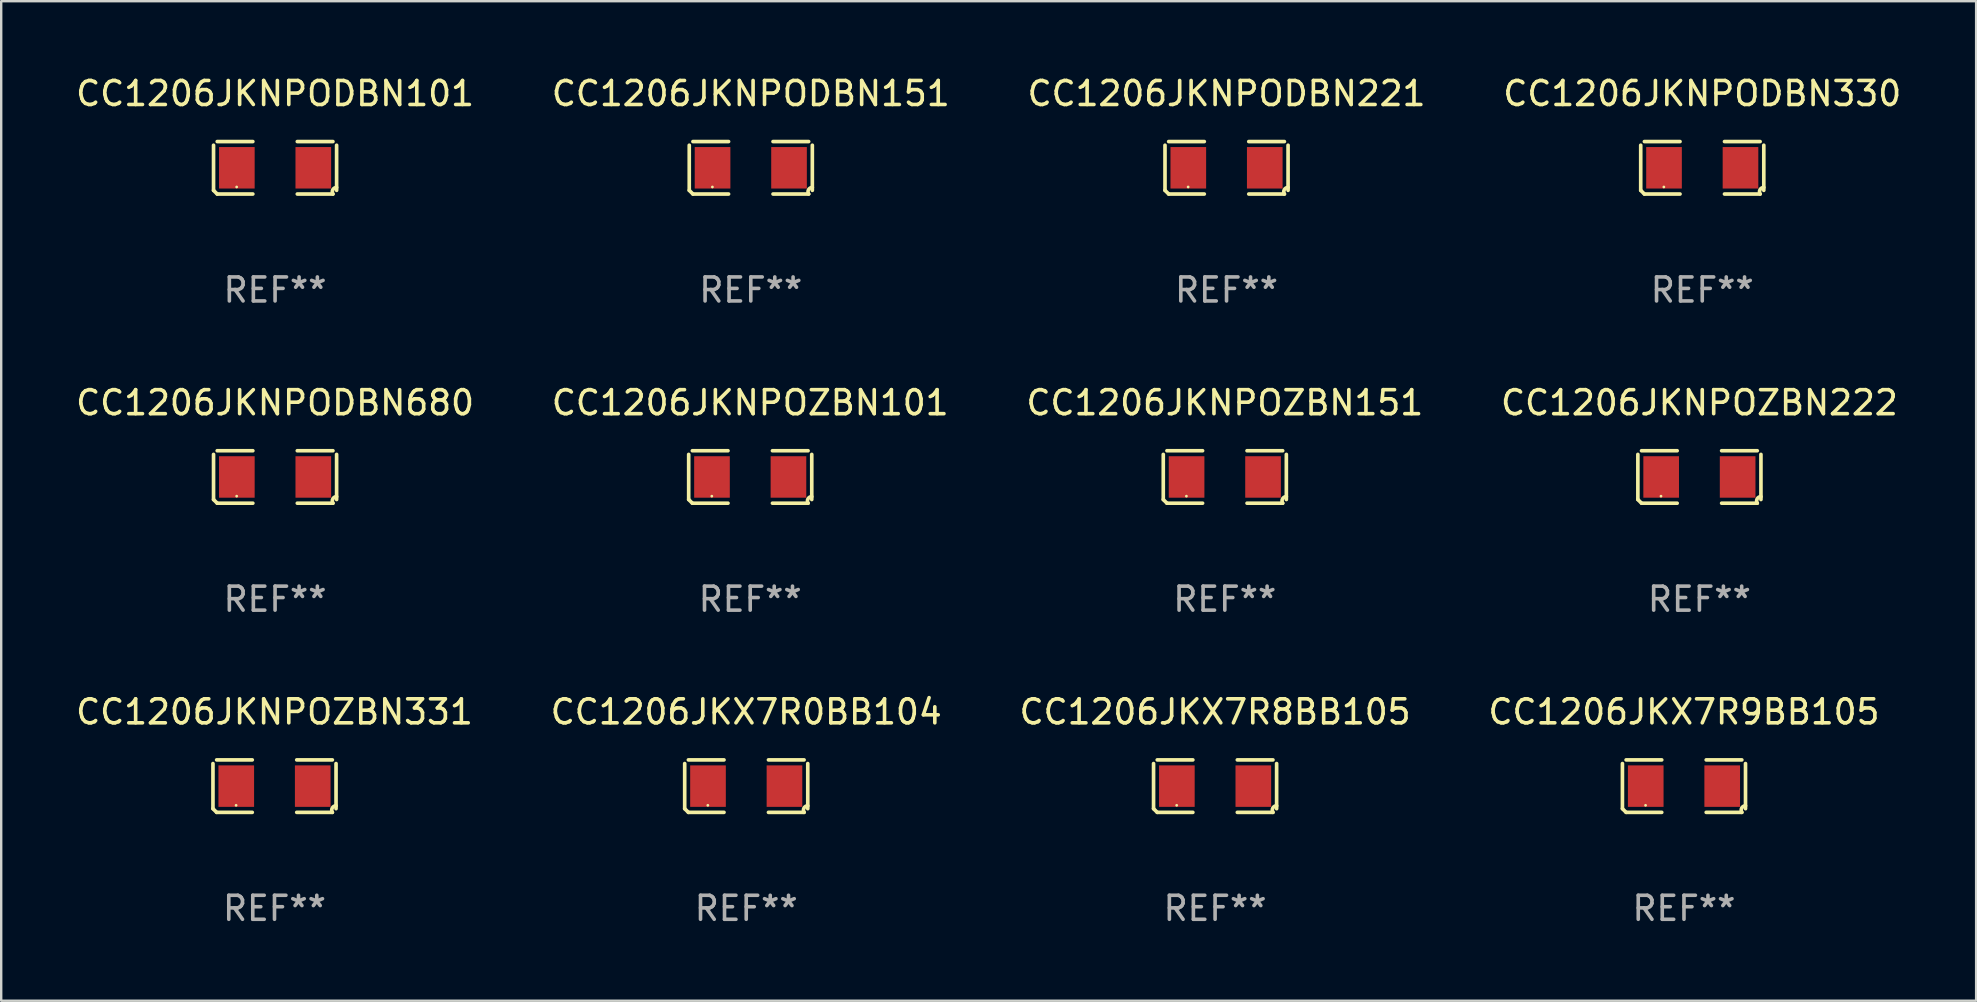
<source format=kicad_pcb>
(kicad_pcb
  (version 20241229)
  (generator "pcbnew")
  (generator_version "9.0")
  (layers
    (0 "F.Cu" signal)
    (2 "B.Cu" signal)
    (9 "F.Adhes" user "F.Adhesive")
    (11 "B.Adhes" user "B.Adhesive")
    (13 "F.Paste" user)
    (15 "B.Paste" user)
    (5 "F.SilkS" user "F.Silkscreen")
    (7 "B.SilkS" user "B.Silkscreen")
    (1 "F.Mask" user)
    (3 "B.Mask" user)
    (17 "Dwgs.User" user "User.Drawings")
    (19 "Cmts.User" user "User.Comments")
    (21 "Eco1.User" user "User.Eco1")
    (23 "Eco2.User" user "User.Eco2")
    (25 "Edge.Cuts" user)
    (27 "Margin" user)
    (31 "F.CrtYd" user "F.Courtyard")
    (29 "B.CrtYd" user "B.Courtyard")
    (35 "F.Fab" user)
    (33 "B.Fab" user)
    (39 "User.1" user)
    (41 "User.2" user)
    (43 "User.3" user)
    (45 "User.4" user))
  (footprint "CC1206JKX7R9BB105"
    (layer "F.Cu")
    (at 67.113 29.704)
    (property "Reference" "CC1206JKX7R9BB105" (at 0 -3.093 0) (layer "F.SilkS") (effects (font (size 1 1) (thickness 0.15))))
    (attr through_hole)
    (fp_line (start -2.564 0.94) (end -2.564 -0.94) (stroke (width 0.152) (type solid)) (layer "F.SilkS"))
    (fp_line (start -2.411 -1.093) (end -0.926 -1.093) (stroke (width 0.152) (type solid)) (layer "F.SilkS"))
    (fp_line (start -0.926 1.093) (end -2.411 1.093) (stroke (width 0.152) (type solid)) (layer "F.SilkS"))
    (fp_line (start 0.926 1.093) (end 2.411 1.093) (stroke (width 0.152) (type solid)) (layer "F.SilkS"))
    (fp_line (start 2.411 -1.093) (end 0.926 -1.093) (stroke (width 0.152) (type solid)) (layer "F.SilkS"))
    (fp_line (start 2.564 0.94) (end 2.564 -0.94) (stroke (width 0.152) (type solid)) (layer "F.SilkS"))
    (fp_arc (start -2.411201 1.092609) (mid -2.487413 1.01642) (end -2.563602 0.940208) (stroke (width 0.1524) (type solid)) (layer "F.SilkS"))
    (fp_arc (start 2.411201 1.092609) (mid 2.407159 0.911226) (end 2.563602 0.819347) (stroke (width 0.1524) (type solid)) (layer "F.SilkS"))
    (fp_circle (center -1.6 0.8) (end -1.57 0.8) (stroke (width 0.06) (type solid)) (fill no) (layer "F.SilkS"))
    (fp_text user "REF**" (at 0 5.093 0) (layer "F.Fab") (effects (font (size 1 1) (thickness 0.15))))
    (pad "1" smd rect (at -1.593 0) (size 1.485 1.728) (layers "F.Cu" "F.Mask" "F.Paste"))
    (pad "2" smd rect (at 1.593 0) (size 1.485 1.728) (layers "F.Cu" "F.Mask" "F.Paste")))
  (footprint "CC1206JKNPODBN101"
    (layer "F.Cu")
    (at 8.411 3.941)
    (property "Reference" "CC1206JKNPODBN101" (at 0 -3.093 0) (layer "F.SilkS") (effects (font (size 1 1) (thickness 0.15))))
    (attr through_hole)
    (fp_line (start -2.564 0.94) (end -2.564 -0.94) (stroke (width 0.152) (type solid)) (layer "F.SilkS"))
    (fp_line (start -2.411 -1.093) (end -0.926 -1.093) (stroke (width 0.152) (type solid)) (layer "F.SilkS"))
    (fp_line (start -0.926 1.093) (end -2.411 1.093) (stroke (width 0.152) (type solid)) (layer "F.SilkS"))
    (fp_line (start 0.926 1.093) (end 2.411 1.093) (stroke (width 0.152) (type solid)) (layer "F.SilkS"))
    (fp_line (start 2.411 -1.093) (end 0.926 -1.093) (stroke (width 0.152) (type solid)) (layer "F.SilkS"))
    (fp_line (start 2.564 0.94) (end 2.564 -0.94) (stroke (width 0.152) (type solid)) (layer "F.SilkS"))
    (fp_arc (start -2.411201 1.092609) (mid -2.487413 1.01642) (end -2.563602 0.940208) (stroke (width 0.1524) (type solid)) (layer "F.SilkS"))
    (fp_arc (start 2.411201 1.092609) (mid 2.407159 0.911226) (end 2.563602 0.819347) (stroke (width 0.1524) (type solid)) (layer "F.SilkS"))
    (fp_circle (center -1.6 0.8) (end -1.57 0.8) (stroke (width 0.06) (type solid)) (fill no) (layer "F.SilkS"))
    (fp_text user "REF**" (at 0 5.093 0) (layer "F.Fab") (effects (font (size 1 1) (thickness 0.15))))
    (pad "1" smd rect (at -1.593 0) (size 1.485 1.728) (layers "F.Cu" "F.Mask" "F.Paste"))
    (pad "2" smd rect (at 1.593 0) (size 1.485 1.728) (layers "F.Cu" "F.Mask" "F.Paste")))
  (footprint "CC1206JKNPOZBN331"
    (layer "F.Cu")
    (at 8.387 29.704)
    (property "Reference" "CC1206JKNPOZBN331" (at 0 -3.093 0) (layer "F.SilkS") (effects (font (size 1 1) (thickness 0.15))))
    (attr through_hole)
    (fp_line (start -2.564 0.94) (end -2.564 -0.94) (stroke (width 0.152) (type solid)) (layer "F.SilkS"))
    (fp_line (start -2.411 -1.093) (end -0.926 -1.093) (stroke (width 0.152) (type solid)) (layer "F.SilkS"))
    (fp_line (start -0.926 1.093) (end -2.411 1.093) (stroke (width 0.152) (type solid)) (layer "F.SilkS"))
    (fp_line (start 0.926 1.093) (end 2.411 1.093) (stroke (width 0.152) (type solid)) (layer "F.SilkS"))
    (fp_line (start 2.411 -1.093) (end 0.926 -1.093) (stroke (width 0.152) (type solid)) (layer "F.SilkS"))
    (fp_line (start 2.564 0.94) (end 2.564 -0.94) (stroke (width 0.152) (type solid)) (layer "F.SilkS"))
    (fp_arc (start -2.411201 1.092609) (mid -2.487413 1.01642) (end -2.563602 0.940208) (stroke (width 0.1524) (type solid)) (layer "F.SilkS"))
    (fp_arc (start 2.411201 1.092609) (mid 2.407159 0.911226) (end 2.563602 0.819347) (stroke (width 0.1524) (type solid)) (layer "F.SilkS"))
    (fp_circle (center -1.6 0.8) (end -1.57 0.8) (stroke (width 0.06) (type solid)) (fill no) (layer "F.SilkS"))
    (fp_text user "REF**" (at 0 5.093 0) (layer "F.Fab") (effects (font (size 1 1) (thickness 0.15))))
    (pad "1" smd rect (at -1.593 0) (size 1.485 1.728) (layers "F.Cu" "F.Mask" "F.Paste"))
    (pad "2" smd rect (at 1.593 0) (size 1.485 1.728) (layers "F.Cu" "F.Mask" "F.Paste")))
  (footprint "CC1206JKX7R8BB105"
    (layer "F.Cu")
    (at 47.577 29.704)
    (property "Reference" "CC1206JKX7R8BB105" (at 0 -3.093 0) (layer "F.SilkS") (effects (font (size 1 1) (thickness 0.15))))
    (attr through_hole)
    (fp_line (start -2.564 0.94) (end -2.564 -0.94) (stroke (width 0.152) (type solid)) (layer "F.SilkS"))
    (fp_line (start -2.411 -1.093) (end -0.926 -1.093) (stroke (width 0.152) (type solid)) (layer "F.SilkS"))
    (fp_line (start -0.926 1.093) (end -2.411 1.093) (stroke (width 0.152) (type solid)) (layer "F.SilkS"))
    (fp_line (start 0.926 1.093) (end 2.411 1.093) (stroke (width 0.152) (type solid)) (layer "F.SilkS"))
    (fp_line (start 2.411 -1.093) (end 0.926 -1.093) (stroke (width 0.152) (type solid)) (layer "F.SilkS"))
    (fp_line (start 2.564 0.94) (end 2.564 -0.94) (stroke (width 0.152) (type solid)) (layer "F.SilkS"))
    (fp_arc (start -2.411201 1.092609) (mid -2.487413 1.01642) (end -2.563602 0.940208) (stroke (width 0.1524) (type solid)) (layer "F.SilkS"))
    (fp_arc (start 2.411201 1.092609) (mid 2.407159 0.911226) (end 2.563602 0.819347) (stroke (width 0.1524) (type solid)) (layer "F.SilkS"))
    (fp_circle (center -1.6 0.8) (end -1.57 0.8) (stroke (width 0.06) (type solid)) (fill no) (layer "F.SilkS"))
    (fp_text user "REF**" (at 0 5.093 0) (layer "F.Fab") (effects (font (size 1 1) (thickness 0.15))))
    (pad "1" smd rect (at -1.593 0) (size 1.485 1.728) (layers "F.Cu" "F.Mask" "F.Paste"))
    (pad "2" smd rect (at 1.593 0) (size 1.485 1.728) (layers "F.Cu" "F.Mask" "F.Paste")))
  (footprint "CC1206JKX7R0BB104"
    (layer "F.Cu")
    (at 28.042 29.704)
    (property "Reference" "CC1206JKX7R0BB104" (at 0 -3.093 0) (layer "F.SilkS") (effects (font (size 1 1) (thickness 0.15))))
    (attr through_hole)
    (fp_line (start -2.564 0.94) (end -2.564 -0.94) (stroke (width 0.152) (type solid)) (layer "F.SilkS"))
    (fp_line (start -2.411 -1.093) (end -0.926 -1.093) (stroke (width 0.152) (type solid)) (layer "F.SilkS"))
    (fp_line (start -0.926 1.093) (end -2.411 1.093) (stroke (width 0.152) (type solid)) (layer "F.SilkS"))
    (fp_line (start 0.926 1.093) (end 2.411 1.093) (stroke (width 0.152) (type solid)) (layer "F.SilkS"))
    (fp_line (start 2.411 -1.093) (end 0.926 -1.093) (stroke (width 0.152) (type solid)) (layer "F.SilkS"))
    (fp_line (start 2.564 0.94) (end 2.564 -0.94) (stroke (width 0.152) (type solid)) (layer "F.SilkS"))
    (fp_arc (start -2.411201 1.092609) (mid -2.487413 1.01642) (end -2.563602 0.940208) (stroke (width 0.1524) (type solid)) (layer "F.SilkS"))
    (fp_arc (start 2.411201 1.092609) (mid 2.407159 0.911226) (end 2.563602 0.819347) (stroke (width 0.1524) (type solid)) (layer "F.SilkS"))
    (fp_circle (center -1.6 0.8) (end -1.57 0.8) (stroke (width 0.06) (type solid)) (fill no) (layer "F.SilkS"))
    (fp_text user "REF**" (at 0 5.093 0) (layer "F.Fab") (effects (font (size 1 1) (thickness 0.15))))
    (pad "1" smd rect (at -1.593 0) (size 1.485 1.728) (layers "F.Cu" "F.Mask" "F.Paste"))
    (pad "2" smd rect (at 1.593 0) (size 1.485 1.728) (layers "F.Cu" "F.Mask" "F.Paste")))
  (footprint "CC1206JKNPODBN151"
    (layer "F.Cu")
    (at 28.232 3.941)
    (property "Reference" "CC1206JKNPODBN151" (at 0 -3.093 0) (layer "F.SilkS") (effects (font (size 1 1) (thickness 0.15))))
    (attr through_hole)
    (fp_line (start -2.564 0.94) (end -2.564 -0.94) (stroke (width 0.152) (type solid)) (layer "F.SilkS"))
    (fp_line (start -2.411 -1.093) (end -0.926 -1.093) (stroke (width 0.152) (type solid)) (layer "F.SilkS"))
    (fp_line (start -0.926 1.093) (end -2.411 1.093) (stroke (width 0.152) (type solid)) (layer "F.SilkS"))
    (fp_line (start 0.926 1.093) (end 2.411 1.093) (stroke (width 0.152) (type solid)) (layer "F.SilkS"))
    (fp_line (start 2.411 -1.093) (end 0.926 -1.093) (stroke (width 0.152) (type solid)) (layer "F.SilkS"))
    (fp_line (start 2.564 0.94) (end 2.564 -0.94) (stroke (width 0.152) (type solid)) (layer "F.SilkS"))
    (fp_arc (start -2.411201 1.092609) (mid -2.487413 1.01642) (end -2.563602 0.940208) (stroke (width 0.1524) (type solid)) (layer "F.SilkS"))
    (fp_arc (start 2.411201 1.092609) (mid 2.407159 0.911226) (end 2.563602 0.819347) (stroke (width 0.1524) (type solid)) (layer "F.SilkS"))
    (fp_circle (center -1.6 0.8) (end -1.57 0.8) (stroke (width 0.06) (type solid)) (fill no) (layer "F.SilkS"))
    (fp_text user "REF**" (at 0 5.093 0) (layer "F.Fab") (effects (font (size 1 1) (thickness 0.15))))
    (pad "1" smd rect (at -1.593 0) (size 1.485 1.728) (layers "F.Cu" "F.Mask" "F.Paste"))
    (pad "2" smd rect (at 1.593 0) (size 1.485 1.728) (layers "F.Cu" "F.Mask" "F.Paste")))
  (footprint "CC1206JKNPODBN221"
    (layer "F.Cu")
    (at 48.054 3.941)
    (property "Reference" "CC1206JKNPODBN221" (at 0 -3.093 0) (layer "F.SilkS") (effects (font (size 1 1) (thickness 0.15))))
    (attr through_hole)
    (fp_line (start -2.564 0.94) (end -2.564 -0.94) (stroke (width 0.152) (type solid)) (layer "F.SilkS"))
    (fp_line (start -2.411 -1.093) (end -0.926 -1.093) (stroke (width 0.152) (type solid)) (layer "F.SilkS"))
    (fp_line (start -0.926 1.093) (end -2.411 1.093) (stroke (width 0.152) (type solid)) (layer "F.SilkS"))
    (fp_line (start 0.926 1.093) (end 2.411 1.093) (stroke (width 0.152) (type solid)) (layer "F.SilkS"))
    (fp_line (start 2.411 -1.093) (end 0.926 -1.093) (stroke (width 0.152) (type solid)) (layer "F.SilkS"))
    (fp_line (start 2.564 0.94) (end 2.564 -0.94) (stroke (width 0.152) (type solid)) (layer "F.SilkS"))
    (fp_arc (start -2.411201 1.092609) (mid -2.487413 1.01642) (end -2.563602 0.940208) (stroke (width 0.1524) (type solid)) (layer "F.SilkS"))
    (fp_arc (start 2.411201 1.092609) (mid 2.407159 0.911226) (end 2.563602 0.819347) (stroke (width 0.1524) (type solid)) (layer "F.SilkS"))
    (fp_circle (center -1.6 0.8) (end -1.57 0.8) (stroke (width 0.06) (type solid)) (fill no) (layer "F.SilkS"))
    (fp_text user "REF**" (at 0 5.093 0) (layer "F.Fab") (effects (font (size 1 1) (thickness 0.15))))
    (pad "1" smd rect (at -1.593 0) (size 1.485 1.728) (layers "F.Cu" "F.Mask" "F.Paste"))
    (pad "2" smd rect (at 1.593 0) (size 1.485 1.728) (layers "F.Cu" "F.Mask" "F.Paste")))
  (footprint "CC1206JKNPOZBN151"
    (layer "F.Cu")
    (at 47.982 16.823)
    (property "Reference" "CC1206JKNPOZBN151" (at 0 -3.093 0) (layer "F.SilkS") (effects (font (size 1 1) (thickness 0.15))))
    (attr through_hole)
    (fp_line (start -2.564 0.94) (end -2.564 -0.94) (stroke (width 0.152) (type solid)) (layer "F.SilkS"))
    (fp_line (start -2.411 -1.093) (end -0.926 -1.093) (stroke (width 0.152) (type solid)) (layer "F.SilkS"))
    (fp_line (start -0.926 1.093) (end -2.411 1.093) (stroke (width 0.152) (type solid)) (layer "F.SilkS"))
    (fp_line (start 0.926 1.093) (end 2.411 1.093) (stroke (width 0.152) (type solid)) (layer "F.SilkS"))
    (fp_line (start 2.411 -1.093) (end 0.926 -1.093) (stroke (width 0.152) (type solid)) (layer "F.SilkS"))
    (fp_line (start 2.564 0.94) (end 2.564 -0.94) (stroke (width 0.152) (type solid)) (layer "F.SilkS"))
    (fp_arc (start -2.411201 1.092609) (mid -2.487413 1.01642) (end -2.563602 0.940208) (stroke (width 0.1524) (type solid)) (layer "F.SilkS"))
    (fp_arc (start 2.411201 1.092609) (mid 2.407159 0.911226) (end 2.563602 0.819347) (stroke (width 0.1524) (type solid)) (layer "F.SilkS"))
    (fp_circle (center -1.6 0.8) (end -1.57 0.8) (stroke (width 0.06) (type solid)) (fill no) (layer "F.SilkS"))
    (fp_text user "REF**" (at 0 5.093 0) (layer "F.Fab") (effects (font (size 1 1) (thickness 0.15))))
    (pad "1" smd rect (at -1.593 0) (size 1.485 1.728) (layers "F.Cu" "F.Mask" "F.Paste"))
    (pad "2" smd rect (at 1.593 0) (size 1.485 1.728) (layers "F.Cu" "F.Mask" "F.Paste")))
  (footprint "CC1206JKNPODBN680"
    (layer "F.Cu")
    (at 8.411 16.823)
    (property "Reference" "CC1206JKNPODBN680" (at 0 -3.093 0) (layer "F.SilkS") (effects (font (size 1 1) (thickness 0.15))))
    (attr through_hole)
    (fp_line (start -2.564 0.94) (end -2.564 -0.94) (stroke (width 0.152) (type solid)) (layer "F.SilkS"))
    (fp_line (start -2.411 -1.093) (end -0.926 -1.093) (stroke (width 0.152) (type solid)) (layer "F.SilkS"))
    (fp_line (start -0.926 1.093) (end -2.411 1.093) (stroke (width 0.152) (type solid)) (layer "F.SilkS"))
    (fp_line (start 0.926 1.093) (end 2.411 1.093) (stroke (width 0.152) (type solid)) (layer "F.SilkS"))
    (fp_line (start 2.411 -1.093) (end 0.926 -1.093) (stroke (width 0.152) (type solid)) (layer "F.SilkS"))
    (fp_line (start 2.564 0.94) (end 2.564 -0.94) (stroke (width 0.152) (type solid)) (layer "F.SilkS"))
    (fp_arc (start -2.411201 1.092609) (mid -2.487413 1.01642) (end -2.563602 0.940208) (stroke (width 0.1524) (type solid)) (layer "F.SilkS"))
    (fp_arc (start 2.411201 1.092609) (mid 2.407159 0.911226) (end 2.563602 0.819347) (stroke (width 0.1524) (type solid)) (layer "F.SilkS"))
    (fp_circle (center -1.6 0.8) (end -1.57 0.8) (stroke (width 0.06) (type solid)) (fill no) (layer "F.SilkS"))
    (fp_text user "REF**" (at 0 5.093 0) (layer "F.Fab") (effects (font (size 1 1) (thickness 0.15))))
    (pad "1" smd rect (at -1.593 0) (size 1.485 1.728) (layers "F.Cu" "F.Mask" "F.Paste"))
    (pad "2" smd rect (at 1.593 0) (size 1.485 1.728) (layers "F.Cu" "F.Mask" "F.Paste")))
  (footprint "CC1206JKNPOZBN222"
    (layer "F.Cu")
    (at 67.756 16.823)
    (property "Reference" "CC1206JKNPOZBN222" (at 0 -3.093 0) (layer "F.SilkS") (effects (font (size 1 1) (thickness 0.15))))
    (attr through_hole)
    (fp_line (start -2.564 0.94) (end -2.564 -0.94) (stroke (width 0.152) (type solid)) (layer "F.SilkS"))
    (fp_line (start -2.411 -1.093) (end -0.926 -1.093) (stroke (width 0.152) (type solid)) (layer "F.SilkS"))
    (fp_line (start -0.926 1.093) (end -2.411 1.093) (stroke (width 0.152) (type solid)) (layer "F.SilkS"))
    (fp_line (start 0.926 1.093) (end 2.411 1.093) (stroke (width 0.152) (type solid)) (layer "F.SilkS"))
    (fp_line (start 2.411 -1.093) (end 0.926 -1.093) (stroke (width 0.152) (type solid)) (layer "F.SilkS"))
    (fp_line (start 2.564 0.94) (end 2.564 -0.94) (stroke (width 0.152) (type solid)) (layer "F.SilkS"))
    (fp_arc (start -2.411201 1.092609) (mid -2.487413 1.01642) (end -2.563602 0.940208) (stroke (width 0.1524) (type solid)) (layer "F.SilkS"))
    (fp_arc (start 2.411201 1.092609) (mid 2.407159 0.911226) (end 2.563602 0.819347) (stroke (width 0.1524) (type solid)) (layer "F.SilkS"))
    (fp_circle (center -1.6 0.8) (end -1.57 0.8) (stroke (width 0.06) (type solid)) (fill no) (layer "F.SilkS"))
    (fp_text user "REF**" (at 0 5.093 0) (layer "F.Fab") (effects (font (size 1 1) (thickness 0.15))))
    (pad "1" smd rect (at -1.593 0) (size 1.485 1.728) (layers "F.Cu" "F.Mask" "F.Paste"))
    (pad "2" smd rect (at 1.593 0) (size 1.485 1.728) (layers "F.Cu" "F.Mask" "F.Paste")))
  (footprint "CC1206JKNPOZBN101"
    (layer "F.Cu")
    (at 28.208 16.823)
    (property "Reference" "CC1206JKNPOZBN101" (at 0 -3.093 0) (layer "F.SilkS") (effects (font (size 1 1) (thickness 0.15))))
    (attr through_hole)
    (fp_line (start -2.564 0.94) (end -2.564 -0.94) (stroke (width 0.152) (type solid)) (layer "F.SilkS"))
    (fp_line (start -2.411 -1.093) (end -0.926 -1.093) (stroke (width 0.152) (type solid)) (layer "F.SilkS"))
    (fp_line (start -0.926 1.093) (end -2.411 1.093) (stroke (width 0.152) (type solid)) (layer "F.SilkS"))
    (fp_line (start 0.926 1.093) (end 2.411 1.093) (stroke (width 0.152) (type solid)) (layer "F.SilkS"))
    (fp_line (start 2.411 -1.093) (end 0.926 -1.093) (stroke (width 0.152) (type solid)) (layer "F.SilkS"))
    (fp_line (start 2.564 0.94) (end 2.564 -0.94) (stroke (width 0.152) (type solid)) (layer "F.SilkS"))
    (fp_arc (start -2.411201 1.092609) (mid -2.487413 1.01642) (end -2.563602 0.940208) (stroke (width 0.1524) (type solid)) (layer "F.SilkS"))
    (fp_arc (start 2.411201 1.092609) (mid 2.407159 0.911226) (end 2.563602 0.819347) (stroke (width 0.1524) (type solid)) (layer "F.SilkS"))
    (fp_circle (center -1.6 0.8) (end -1.57 0.8) (stroke (width 0.06) (type solid)) (fill no) (layer "F.SilkS"))
    (fp_text user "REF**" (at 0 5.093 0) (layer "F.Fab") (effects (font (size 1 1) (thickness 0.15))))
    (pad "1" smd rect (at -1.593 0) (size 1.485 1.728) (layers "F.Cu" "F.Mask" "F.Paste"))
    (pad "2" smd rect (at 1.593 0) (size 1.485 1.728) (layers "F.Cu" "F.Mask" "F.Paste")))
  (footprint "CC1206JKNPODBN330"
    (layer "F.Cu")
    (at 67.875 3.941)
    (property "Reference" "CC1206JKNPODBN330" (at 0 -3.093 0) (layer "F.SilkS") (effects (font (size 1 1) (thickness 0.15))))
    (attr through_hole)
    (fp_line (start -2.564 0.94) (end -2.564 -0.94) (stroke (width 0.152) (type solid)) (layer "F.SilkS"))
    (fp_line (start -2.411 -1.093) (end -0.926 -1.093) (stroke (width 0.152) (type solid)) (layer "F.SilkS"))
    (fp_line (start -0.926 1.093) (end -2.411 1.093) (stroke (width 0.152) (type solid)) (layer "F.SilkS"))
    (fp_line (start 0.926 1.093) (end 2.411 1.093) (stroke (width 0.152) (type solid)) (layer "F.SilkS"))
    (fp_line (start 2.411 -1.093) (end 0.926 -1.093) (stroke (width 0.152) (type solid)) (layer "F.SilkS"))
    (fp_line (start 2.564 0.94) (end 2.564 -0.94) (stroke (width 0.152) (type solid)) (layer "F.SilkS"))
    (fp_arc (start -2.411201 1.092609) (mid -2.487413 1.01642) (end -2.563602 0.940208) (stroke (width 0.1524) (type solid)) (layer "F.SilkS"))
    (fp_arc (start 2.411201 1.092609) (mid 2.407159 0.911226) (end 2.563602 0.819347) (stroke (width 0.1524) (type solid)) (layer "F.SilkS"))
    (fp_circle (center -1.6 0.8) (end -1.57 0.8) (stroke (width 0.06) (type solid)) (fill no) (layer "F.SilkS"))
    (fp_text user "REF**" (at 0 5.093 0) (layer "F.Fab") (effects (font (size 1 1) (thickness 0.15))))
    (pad "1" smd rect (at -1.593 0) (size 1.485 1.728) (layers "F.Cu" "F.Mask" "F.Paste"))
    (pad "2" smd rect (at 1.593 0) (size 1.485 1.728) (layers "F.Cu" "F.Mask" "F.Paste")))
  (gr_rect
    (start -3 -3)
    (end 79.286 38.645)
    (stroke (width 0.1) (type default))
    (fill no)
    (layer "Edge.Cuts")))
</source>
